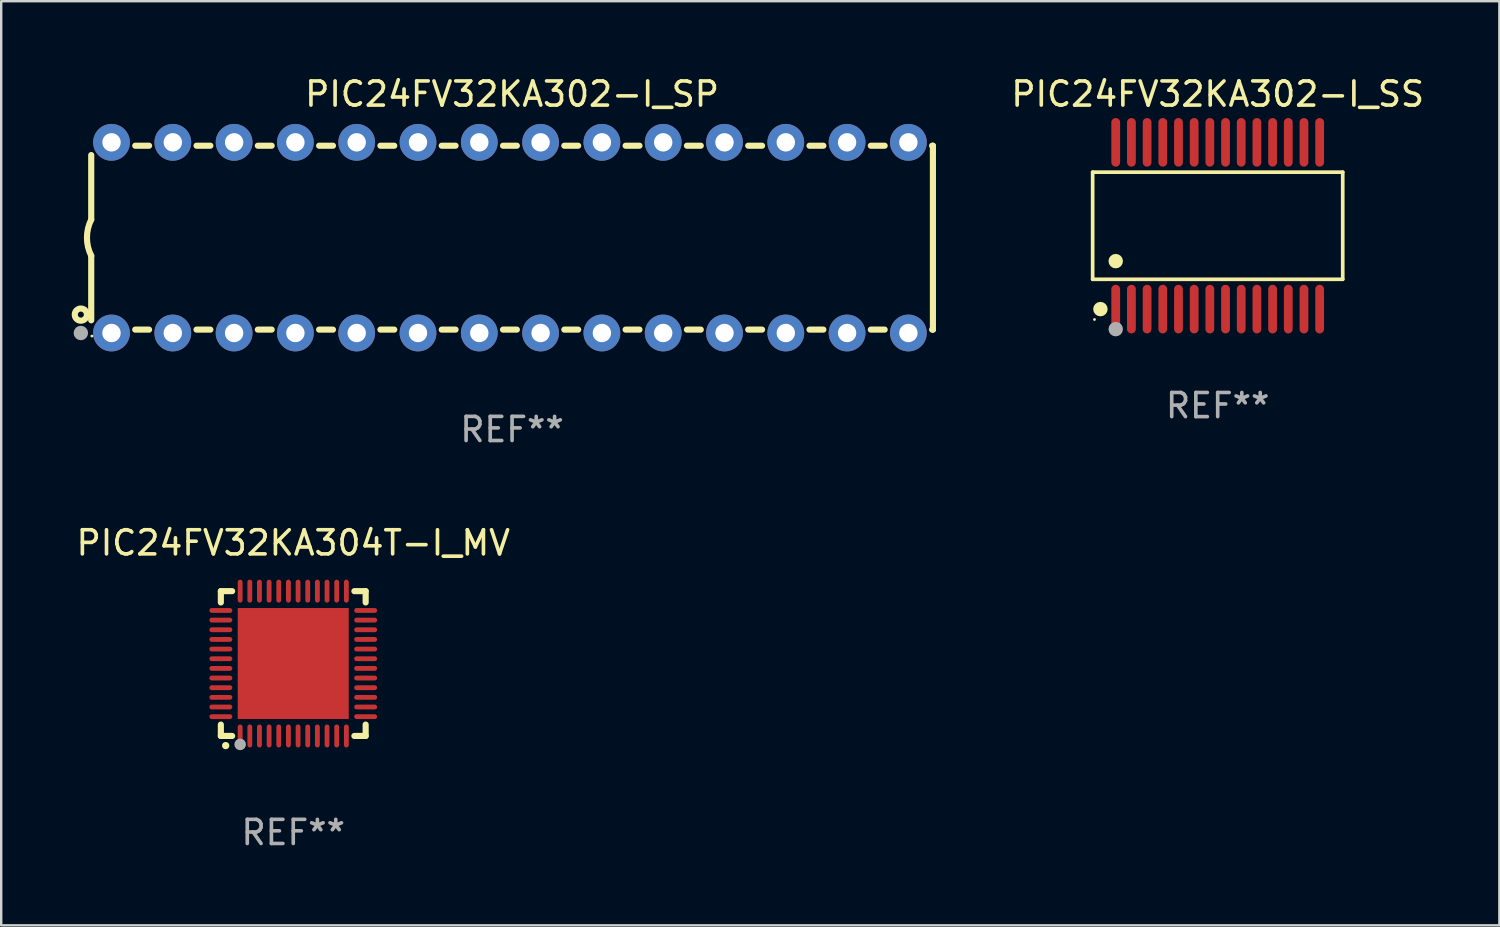
<source format=kicad_pcb>
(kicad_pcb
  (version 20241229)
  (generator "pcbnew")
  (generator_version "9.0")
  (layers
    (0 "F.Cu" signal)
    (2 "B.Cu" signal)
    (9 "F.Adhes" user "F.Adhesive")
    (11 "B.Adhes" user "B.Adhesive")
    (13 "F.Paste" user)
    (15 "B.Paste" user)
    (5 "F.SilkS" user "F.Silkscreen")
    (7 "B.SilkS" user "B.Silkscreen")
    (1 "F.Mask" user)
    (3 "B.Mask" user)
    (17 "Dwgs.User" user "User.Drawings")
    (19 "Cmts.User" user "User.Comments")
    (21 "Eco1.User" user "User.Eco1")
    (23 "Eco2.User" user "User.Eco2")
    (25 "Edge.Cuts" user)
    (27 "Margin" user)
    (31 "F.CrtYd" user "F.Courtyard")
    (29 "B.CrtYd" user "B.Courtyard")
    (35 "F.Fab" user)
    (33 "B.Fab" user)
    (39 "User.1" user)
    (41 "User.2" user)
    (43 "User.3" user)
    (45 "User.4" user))
  (footprint "PIC24FV32KA302-I_SS"
    (layer "F.Cu")
    (at 47.406 6.303)
    (property "Reference" "PIC24FV32KA302-I_SS" (at 0 -5.455 0) (layer "F.SilkS") (effects (font (size 1 1) (thickness 0.15))))
    (attr through_hole)
    (fp_line (start -5.181 -2.219) (end 5.181 -2.219) (stroke (width 0.152) (type solid)) (layer "F.SilkS"))
    (fp_line (start -5.181 2.219) (end -5.181 -2.219) (stroke (width 0.152) (type solid)) (layer "F.SilkS"))
    (fp_line (start 5.181 -2.219) (end 5.181 2.219) (stroke (width 0.152) (type solid)) (layer "F.SilkS"))
    (fp_line (start 5.181 2.219) (end -5.181 2.219) (stroke (width 0.152) (type solid)) (layer "F.SilkS"))
    (fp_circle (center -5.105 3.885) (end -5.075 3.885) (stroke (width 0.06) (type solid)) (fill no) (layer "F.SilkS"))
    (fp_circle (center -4.859 3.455) (end -4.709 3.455) (stroke (width 0.3) (type solid)) (fill no) (layer "F.SilkS"))
    (fp_circle (center -4.225 1.467) (end -4.075 1.467) (stroke (width 0.3) (type solid)) (fill no) (layer "F.SilkS"))
    (fp_circle (center -4.225 4.285) (end -4.075 4.285) (stroke (width 0.3) (type solid)) (fill no) (layer "F.Fab"))
    (fp_text user "REF**" (at 0 7.455 0) (layer "F.Fab") (effects (font (size 1 1) (thickness 0.15))))
    (pad "1" smd oval (at -4.225 3.455) (size 0.364 2.015) (layers "F.Cu" "F.Mask" "F.Paste"))
    (pad "2" smd oval (at -3.575 3.455) (size 0.364 2.015) (layers "F.Cu" "F.Mask" "F.Paste"))
    (pad "3" smd oval (at -2.925 3.455) (size 0.364 2.015) (layers "F.Cu" "F.Mask" "F.Paste"))
    (pad "4" smd oval (at -2.275 3.455) (size 0.364 2.015) (layers "F.Cu" "F.Mask" "F.Paste"))
    (pad "5" smd oval (at -1.625 3.455) (size 0.364 2.015) (layers "F.Cu" "F.Mask" "F.Paste"))
    (pad "6" smd oval (at -0.975 3.455) (size 0.364 2.015) (layers "F.Cu" "F.Mask" "F.Paste"))
    (pad "7" smd oval (at -0.325 3.455) (size 0.364 2.015) (layers "F.Cu" "F.Mask" "F.Paste"))
    (pad "8" smd oval (at 0.325 3.455) (size 0.364 2.015) (layers "F.Cu" "F.Mask" "F.Paste"))
    (pad "9" smd oval (at 0.975 3.455) (size 0.364 2.015) (layers "F.Cu" "F.Mask" "F.Paste"))
    (pad "10" smd oval (at 1.625 3.455) (size 0.364 2.015) (layers "F.Cu" "F.Mask" "F.Paste"))
    (pad "11" smd oval (at 2.275 3.455) (size 0.364 2.015) (layers "F.Cu" "F.Mask" "F.Paste"))
    (pad "12" smd oval (at 2.925 3.455) (size 0.364 2.015) (layers "F.Cu" "F.Mask" "F.Paste"))
    (pad "13" smd oval (at 3.575 3.455) (size 0.364 2.015) (layers "F.Cu" "F.Mask" "F.Paste"))
    (pad "14" smd oval (at 4.225 3.455) (size 0.364 2.015) (layers "F.Cu" "F.Mask" "F.Paste"))
    (pad "15" smd oval (at 4.225 -3.455) (size 0.364 2.015) (layers "F.Cu" "F.Mask" "F.Paste"))
    (pad "16" smd oval (at 3.575 -3.455) (size 0.364 2.015) (layers "F.Cu" "F.Mask" "F.Paste"))
    (pad "17" smd oval (at 2.925 -3.455) (size 0.364 2.015) (layers "F.Cu" "F.Mask" "F.Paste"))
    (pad "18" smd oval (at 2.275 -3.455) (size 0.364 2.015) (layers "F.Cu" "F.Mask" "F.Paste"))
    (pad "19" smd oval (at 1.625 -3.455) (size 0.364 2.015) (layers "F.Cu" "F.Mask" "F.Paste"))
    (pad "20" smd oval (at 0.975 -3.455) (size 0.364 2.015) (layers "F.Cu" "F.Mask" "F.Paste"))
    (pad "21" smd oval (at 0.325 -3.455) (size 0.364 2.015) (layers "F.Cu" "F.Mask" "F.Paste"))
    (pad "22" smd oval (at -0.325 -3.455) (size 0.364 2.015) (layers "F.Cu" "F.Mask" "F.Paste"))
    (pad "23" smd oval (at -0.975 -3.455) (size 0.364 2.015) (layers "F.Cu" "F.Mask" "F.Paste"))
    (pad "24" smd oval (at -1.625 -3.455) (size 0.364 2.015) (layers "F.Cu" "F.Mask" "F.Paste"))
    (pad "25" smd oval (at -2.275 -3.455) (size 0.364 2.015) (layers "F.Cu" "F.Mask" "F.Paste"))
    (pad "26" smd oval (at -2.925 -3.455) (size 0.364 2.015) (layers "F.Cu" "F.Mask" "F.Paste"))
    (pad "27" smd oval (at -3.575 -3.455) (size 0.364 2.015) (layers "F.Cu" "F.Mask" "F.Paste"))
    (pad "28" smd oval (at -4.225 -3.455) (size 0.364 2.015) (layers "F.Cu" "F.Mask" "F.Paste")))
  (footprint "PIC24FV32KA304T-I_MV"
    (layer "F.Cu")
    (at 9.101 24.445)
    (property "Reference" "PIC24FV32KA304T-I_MV" (at 0 -5 0) (layer "F.SilkS") (effects (font (size 1 1) (thickness 0.15))))
    (attr through_hole)
    (fp_line (start -3 -3) (end -2.532 -3) (stroke (width 0.254) (type solid)) (layer "F.SilkS"))
    (fp_line (start -3 -2.532) (end -3 -3) (stroke (width 0.254) (type solid)) (layer "F.SilkS"))
    (fp_line (start -3 3) (end -3 2.529) (stroke (width 0.254) (type solid)) (layer "F.SilkS"))
    (fp_line (start -2.532 3) (end -3 3) (stroke (width 0.254) (type solid)) (layer "F.SilkS"))
    (fp_line (start 2.532 -3) (end 3 -3) (stroke (width 0.254) (type solid)) (layer "F.SilkS"))
    (fp_line (start 3 -3) (end 3 -2.532) (stroke (width 0.254) (type solid)) (layer "F.SilkS"))
    (fp_line (start 3 2.529) (end 3 3) (stroke (width 0.254) (type solid)) (layer "F.SilkS"))
    (fp_line (start 3 3) (end 2.532 3) (stroke (width 0.254) (type solid)) (layer "F.SilkS"))
    (fp_arc (start -2.801295 3.400025) (mid -2.800025 3.40002) (end -2.798755 3.400025) (stroke (width 0.3) (type solid)) (layer "F.SilkS"))
    (fp_circle (center -3 3) (end -2.97 3) (stroke (width 0.06) (type solid)) (fill no) (layer "F.SilkS"))
    (fp_circle (center -2.2 3.35) (end -2.08 3.35) (stroke (width 0.24) (type solid)) (fill no) (layer "F.Fab"))
    (fp_text user "REF**" (at 0 7 0) (layer "F.Fab") (effects (font (size 1 1) (thickness 0.15))))
    (pad "1" smd oval (at -2.2 3) (size 0.2 0.95) (layers "F.Cu" "F.Mask" "F.Paste"))
    (pad "2" smd oval (at -1.8 3) (size 0.2 0.95) (layers "F.Cu" "F.Mask" "F.Paste"))
    (pad "3" smd oval (at -1.4 3) (size 0.2 0.95) (layers "F.Cu" "F.Mask" "F.Paste"))
    (pad "4" smd oval (at -1 3) (size 0.2 0.95) (layers "F.Cu" "F.Mask" "F.Paste"))
    (pad "5" smd oval (at -0.6 3) (size 0.2 0.95) (layers "F.Cu" "F.Mask" "F.Paste"))
    (pad "6" smd oval (at -0.2 3) (size 0.2 0.95) (layers "F.Cu" "F.Mask" "F.Paste"))
    (pad "7" smd oval (at 0.2 3) (size 0.2 0.95) (layers "F.Cu" "F.Mask" "F.Paste"))
    (pad "8" smd oval (at 0.6 3) (size 0.2 0.95) (layers "F.Cu" "F.Mask" "F.Paste"))
    (pad "9" smd oval (at 1 3) (size 0.2 0.95) (layers "F.Cu" "F.Mask" "F.Paste"))
    (pad "10" smd oval (at 1.4 3) (size 0.2 0.95) (layers "F.Cu" "F.Mask" "F.Paste"))
    (pad "11" smd oval (at 1.8 3) (size 0.2 0.95) (layers "F.Cu" "F.Mask" "F.Paste"))
    (pad "12" smd oval (at 2.2 3) (size 0.2 0.95) (layers "F.Cu" "F.Mask" "F.Paste"))
    (pad "13" smd oval (at 3 2.2 90) (size 0.2 0.95) (layers "F.Cu" "F.Mask" "F.Paste"))
    (pad "14" smd oval (at 3 1.8 90) (size 0.2 0.95) (layers "F.Cu" "F.Mask" "F.Paste"))
    (pad "15" smd oval (at 3 1.4 90) (size 0.2 0.95) (layers "F.Cu" "F.Mask" "F.Paste"))
    (pad "16" smd oval (at 3 1 90) (size 0.2 0.95) (layers "F.Cu" "F.Mask" "F.Paste"))
    (pad "17" smd oval (at 3 0.6 90) (size 0.2 0.95) (layers "F.Cu" "F.Mask" "F.Paste"))
    (pad "18" smd oval (at 3 0.2 90) (size 0.2 0.95) (layers "F.Cu" "F.Mask" "F.Paste"))
    (pad "19" smd oval (at 3 -0.2 90) (size 0.2 0.95) (layers "F.Cu" "F.Mask" "F.Paste"))
    (pad "20" smd oval (at 3 -0.6 90) (size 0.2 0.95) (layers "F.Cu" "F.Mask" "F.Paste"))
    (pad "21" smd oval (at 3 -1 90) (size 0.2 0.95) (layers "F.Cu" "F.Mask" "F.Paste"))
    (pad "22" smd oval (at 3 -1.4 90) (size 0.2 0.95) (layers "F.Cu" "F.Mask" "F.Paste"))
    (pad "23" smd oval (at 3 -1.8 90) (size 0.2 0.95) (layers "F.Cu" "F.Mask" "F.Paste"))
    (pad "24" smd oval (at 3 -2.2 90) (size 0.2 0.95) (layers "F.Cu" "F.Mask" "F.Paste"))
    (pad "25" smd oval (at 2.2 -3 180) (size 0.2 0.95) (layers "F.Cu" "F.Mask" "F.Paste"))
    (pad "26" smd oval (at 1.8 -3 180) (size 0.2 0.95) (layers "F.Cu" "F.Mask" "F.Paste"))
    (pad "27" smd oval (at 1.4 -3 180) (size 0.2 0.95) (layers "F.Cu" "F.Mask" "F.Paste"))
    (pad "28" smd oval (at 1 -3 180) (size 0.2 0.95) (layers "F.Cu" "F.Mask" "F.Paste"))
    (pad "29" smd oval (at 0.6 -3 180) (size 0.2 0.95) (layers "F.Cu" "F.Mask" "F.Paste"))
    (pad "30" smd oval (at 0.2 -3 180) (size 0.2 0.95) (layers "F.Cu" "F.Mask" "F.Paste"))
    (pad "31" smd oval (at -0.2 -3 180) (size 0.2 0.95) (layers "F.Cu" "F.Mask" "F.Paste"))
    (pad "32" smd oval (at -0.6 -3 180) (size 0.2 0.95) (layers "F.Cu" "F.Mask" "F.Paste"))
    (pad "33" smd oval (at -1 -3 180) (size 0.2 0.95) (layers "F.Cu" "F.Mask" "F.Paste"))
    (pad "34" smd oval (at -1.4 -3 180) (size 0.2 0.95) (layers "F.Cu" "F.Mask" "F.Paste"))
    (pad "35" smd oval (at -1.8 -3 180) (size 0.2 0.95) (layers "F.Cu" "F.Mask" "F.Paste"))
    (pad "36" smd oval (at -2.2 -3 180) (size 0.2 0.95) (layers "F.Cu" "F.Mask" "F.Paste"))
    (pad "37" smd oval (at -3 -2.2 270) (size 0.2 0.95) (layers "F.Cu" "F.Mask" "F.Paste"))
    (pad "38" smd oval (at -3 -1.8 270) (size 0.2 0.95) (layers "F.Cu" "F.Mask" "F.Paste"))
    (pad "39" smd oval (at -3 -1.4 270) (size 0.2 0.95) (layers "F.Cu" "F.Mask" "F.Paste"))
    (pad "40" smd oval (at -3 -1 270) (size 0.2 0.95) (layers "F.Cu" "F.Mask" "F.Paste"))
    (pad "41" smd oval (at -3 -0.6 270) (size 0.2 0.95) (layers "F.Cu" "F.Mask" "F.Paste"))
    (pad "42" smd oval (at -3 -0.2 270) (size 0.2 0.95) (layers "F.Cu" "F.Mask" "F.Paste"))
    (pad "43" smd oval (at -3 0.2 270) (size 0.2 0.95) (layers "F.Cu" "F.Mask" "F.Paste"))
    (pad "44" smd oval (at -3 0.6 270) (size 0.2 0.95) (layers "F.Cu" "F.Mask" "F.Paste"))
    (pad "45" smd oval (at -3 1 270) (size 0.2 0.95) (layers "F.Cu" "F.Mask" "F.Paste"))
    (pad "46" smd oval (at -3 1.4 270) (size 0.2 0.95) (layers "F.Cu" "F.Mask" "F.Paste"))
    (pad "47" smd oval (at -3 1.8 270) (size 0.2 0.95) (layers "F.Cu" "F.Mask" "F.Paste"))
    (pad "48" smd oval (at -3 2.2 270) (size 0.2 0.95) (layers "F.Cu" "F.Mask" "F.Paste"))
    (pad "49" smd rect (at -0.001 -0.001 180) (size 4.6 4.6) (layers "F.Cu" "F.Mask" "F.Paste")))
  (footprint "PIC24FV32KA302-I_SP"
    (layer "F.Cu")
    (at 18.168 6.798)
    (property "Reference" "PIC24FV32KA302-I_SP" (at 0 -5.95 0) (layer "F.SilkS") (effects (font (size 1 1) (thickness 0.15))))
    (attr through_hole)
    (fp_line (start -17.438 0.75) (end -17.438 3.423) (stroke (width 0.254) (type solid)) (layer "F.SilkS"))
    (fp_line (start -17.438 -3.423) (end -17.438 -0.75) (stroke (width 0.254) (type solid)) (layer "F.SilkS"))
    (fp_line (start -15.615 3.81) (end -15.041 3.81) (stroke (width 0.254) (type solid)) (layer "F.SilkS"))
    (fp_line (start -15.041 -3.81) (end -15.614 -3.81) (stroke (width 0.254) (type solid)) (layer "F.SilkS"))
    (fp_line (start -13.075 3.81) (end -12.501 3.81) (stroke (width 0.254) (type solid)) (layer "F.SilkS"))
    (fp_line (start -12.501 -3.81) (end -13.074 -3.81) (stroke (width 0.254) (type solid)) (layer "F.SilkS"))
    (fp_line (start -10.535 3.81) (end -9.961 3.81) (stroke (width 0.254) (type solid)) (layer "F.SilkS"))
    (fp_line (start -9.961 -3.81) (end -10.534 -3.81) (stroke (width 0.254) (type solid)) (layer "F.SilkS"))
    (fp_line (start -7.995 3.81) (end -7.421 3.81) (stroke (width 0.254) (type solid)) (layer "F.SilkS"))
    (fp_line (start -7.421 -3.81) (end -7.995 -3.81) (stroke (width 0.254) (type solid)) (layer "F.SilkS"))
    (fp_line (start -5.455 3.81) (end -4.881 3.81) (stroke (width 0.254) (type solid)) (layer "F.SilkS"))
    (fp_line (start -4.881 -3.81) (end -5.455 -3.81) (stroke (width 0.254) (type solid)) (layer "F.SilkS"))
    (fp_line (start -2.915 3.81) (end -2.341 3.81) (stroke (width 0.254) (type solid)) (layer "F.SilkS"))
    (fp_line (start -2.341 -3.81) (end -2.915 -3.81) (stroke (width 0.254) (type solid)) (layer "F.SilkS"))
    (fp_line (start -0.375 3.81) (end 0.199 3.81) (stroke (width 0.254) (type solid)) (layer "F.SilkS"))
    (fp_line (start 0.199 -3.81) (end -0.375 -3.81) (stroke (width 0.254) (type solid)) (layer "F.SilkS"))
    (fp_line (start 2.165 3.81) (end 2.739 3.81) (stroke (width 0.254) (type solid)) (layer "F.SilkS"))
    (fp_line (start 2.739 -3.81) (end 2.165 -3.81) (stroke (width 0.254) (type solid)) (layer "F.SilkS"))
    (fp_line (start 4.705 3.81) (end 5.279 3.81) (stroke (width 0.254) (type solid)) (layer "F.SilkS"))
    (fp_line (start 5.279 -3.81) (end 4.705 -3.81) (stroke (width 0.254) (type solid)) (layer "F.SilkS"))
    (fp_line (start 7.245 3.81) (end 7.819 3.81) (stroke (width 0.254) (type solid)) (layer "F.SilkS"))
    (fp_line (start 7.819 -3.81) (end 7.245 -3.81) (stroke (width 0.254) (type solid)) (layer "F.SilkS"))
    (fp_line (start 9.785 3.81) (end 10.359 3.81) (stroke (width 0.254) (type solid)) (layer "F.SilkS"))
    (fp_line (start 10.359 -3.81) (end 9.785 -3.81) (stroke (width 0.254) (type solid)) (layer "F.SilkS"))
    (fp_line (start 12.325 3.81) (end 12.899 3.81) (stroke (width 0.254) (type solid)) (layer "F.SilkS"))
    (fp_line (start 12.899 -3.81) (end 12.325 -3.81) (stroke (width 0.254) (type solid)) (layer "F.SilkS"))
    (fp_line (start 14.865 3.81) (end 15.439 3.81) (stroke (width 0.254) (type solid)) (layer "F.SilkS"))
    (fp_line (start 15.439 -3.81) (end 14.865 -3.81) (stroke (width 0.254) (type solid)) (layer "F.SilkS"))
    (fp_line (start 17.405 3.81) (end 17.438 3.81) (stroke (width 0.254) (type solid)) (layer "F.SilkS"))
    (fp_line (start 17.438 -3.81) (end 17.405 -3.81) (stroke (width 0.254) (type solid)) (layer "F.SilkS"))
    (fp_line (start 17.438 -3.556) (end 17.438 -3.81) (stroke (width 0.254) (type solid)) (layer "F.SilkS"))
    (fp_line (start 17.438 3.81) (end 17.438 -3.556) (stroke (width 0.254) (type solid)) (layer "F.SilkS"))
    (fp_arc (start -17.437986 0.749657) (mid -17.614887 -0.000024) (end -17.437783 -0.749657) (stroke (width 0.254001) (type solid)) (layer "F.SilkS"))
    (fp_circle (center -17.868 3.188) (end -17.743 3.188) (stroke (width 0.254) (type solid)) (fill no) (layer "F.SilkS"))
    (fp_circle (center -17.411 4.077) (end -17.381 4.077) (stroke (width 0.06) (type solid)) (fill no) (layer "F.SilkS"))
    (fp_circle (center -17.868 3.95) (end -17.718 3.95) (stroke (width 0.3) (type solid)) (fill no) (layer "F.Fab"))
    (fp_text user "REF**" (at 0 7.95 0) (layer "F.Fab") (effects (font (size 1 1) (thickness 0.15))))
    (pad "1" thru_hole circle (at -16.598 3.95) (size 1.524 1.524) (drill 0.762) (layers "*.Cu" "*.Mask"))
    (pad "2" thru_hole circle (at -14.058 3.95) (size 1.524 1.524) (drill 0.762) (layers "*.Cu" "*.Mask"))
    (pad "3" thru_hole circle (at -11.518 3.95) (size 1.524 1.524) (drill 0.762) (layers "*.Cu" "*.Mask"))
    (pad "4" thru_hole circle (at -8.978 3.95) (size 1.524 1.524) (drill 0.762) (layers "*.Cu" "*.Mask"))
    (pad "5" thru_hole circle (at -6.438 3.95) (size 1.524 1.524) (drill 0.762) (layers "*.Cu" "*.Mask"))
    (pad "6" thru_hole circle (at -3.898 3.95) (size 1.524 1.524) (drill 0.762) (layers "*.Cu" "*.Mask"))
    (pad "7" thru_hole circle (at -1.358 3.95) (size 1.524 1.524) (drill 0.762) (layers "*.Cu" "*.Mask"))
    (pad "8" thru_hole circle (at 1.182 3.95) (size 1.524 1.524) (drill 0.762) (layers "*.Cu" "*.Mask"))
    (pad "9" thru_hole circle (at 3.722 3.95) (size 1.524 1.524) (drill 0.762) (layers "*.Cu" "*.Mask"))
    (pad "10" thru_hole circle (at 6.262 3.95) (size 1.524 1.524) (drill 0.762) (layers "*.Cu" "*.Mask"))
    (pad "11" thru_hole circle (at 8.802 3.95) (size 1.524 1.524) (drill 0.762) (layers "*.Cu" "*.Mask"))
    (pad "12" thru_hole circle (at 11.342 3.95) (size 1.524 1.524) (drill 0.762) (layers "*.Cu" "*.Mask"))
    (pad "13" thru_hole circle (at 13.882 3.95) (size 1.524 1.524) (drill 0.762) (layers "*.Cu" "*.Mask"))
    (pad "14" thru_hole circle (at 16.422 3.95) (size 1.524 1.524) (drill 0.762) (layers "*.Cu" "*.Mask"))
    (pad "15" thru_hole circle (at 16.422 -3.95) (size 1.524 1.524) (drill 0.762) (layers "*.Cu" "*.Mask"))
    (pad "16" thru_hole circle (at 13.882 -3.95) (size 1.524 1.524) (drill 0.762) (layers "*.Cu" "*.Mask"))
    (pad "17" thru_hole circle (at 11.342 -3.95) (size 1.524 1.524) (drill 0.762) (layers "*.Cu" "*.Mask"))
    (pad "18" thru_hole circle (at 8.802 -3.95) (size 1.524 1.524) (drill 0.762) (layers "*.Cu" "*.Mask"))
    (pad "19" thru_hole circle (at 6.262 -3.95) (size 1.524 1.524) (drill 0.762) (layers "*.Cu" "*.Mask"))
    (pad "20" thru_hole circle (at 3.722 -3.95) (size 1.524 1.524) (drill 0.762) (layers "*.Cu" "*.Mask"))
    (pad "21" thru_hole circle (at 1.182 -3.95) (size 1.524 1.524) (drill 0.762) (layers "*.Cu" "*.Mask"))
    (pad "22" thru_hole circle (at -1.358 -3.95) (size 1.524 1.524) (drill 0.762) (layers "*.Cu" "*.Mask"))
    (pad "23" thru_hole circle (at -3.898 -3.95) (size 1.524 1.524) (drill 0.762) (layers "*.Cu" "*.Mask"))
    (pad "24" thru_hole circle (at -6.438 -3.95) (size 1.524 1.524) (drill 0.762) (layers "*.Cu" "*.Mask"))
    (pad "25" thru_hole circle (at -8.978 -3.95) (size 1.524 1.524) (drill 0.762) (layers "*.Cu" "*.Mask"))
    (pad "26" thru_hole circle (at -11.517 -3.95) (size 1.524 1.524) (drill 0.762) (layers "*.Cu" "*.Mask"))
    (pad "27" thru_hole circle (at -14.057 -3.95) (size 1.524 1.524) (drill 0.762) (layers "*.Cu" "*.Mask"))
    (pad "28" thru_hole circle (at -16.597 -3.95) (size 1.524 1.524) (drill 0.762) (layers "*.Cu" "*.Mask")))
  (gr_rect
    (start -3 -3)
    (end 59.078 35.293)
    (stroke (width 0.1) (type default))
    (fill no)
    (layer "Edge.Cuts")))
</source>
